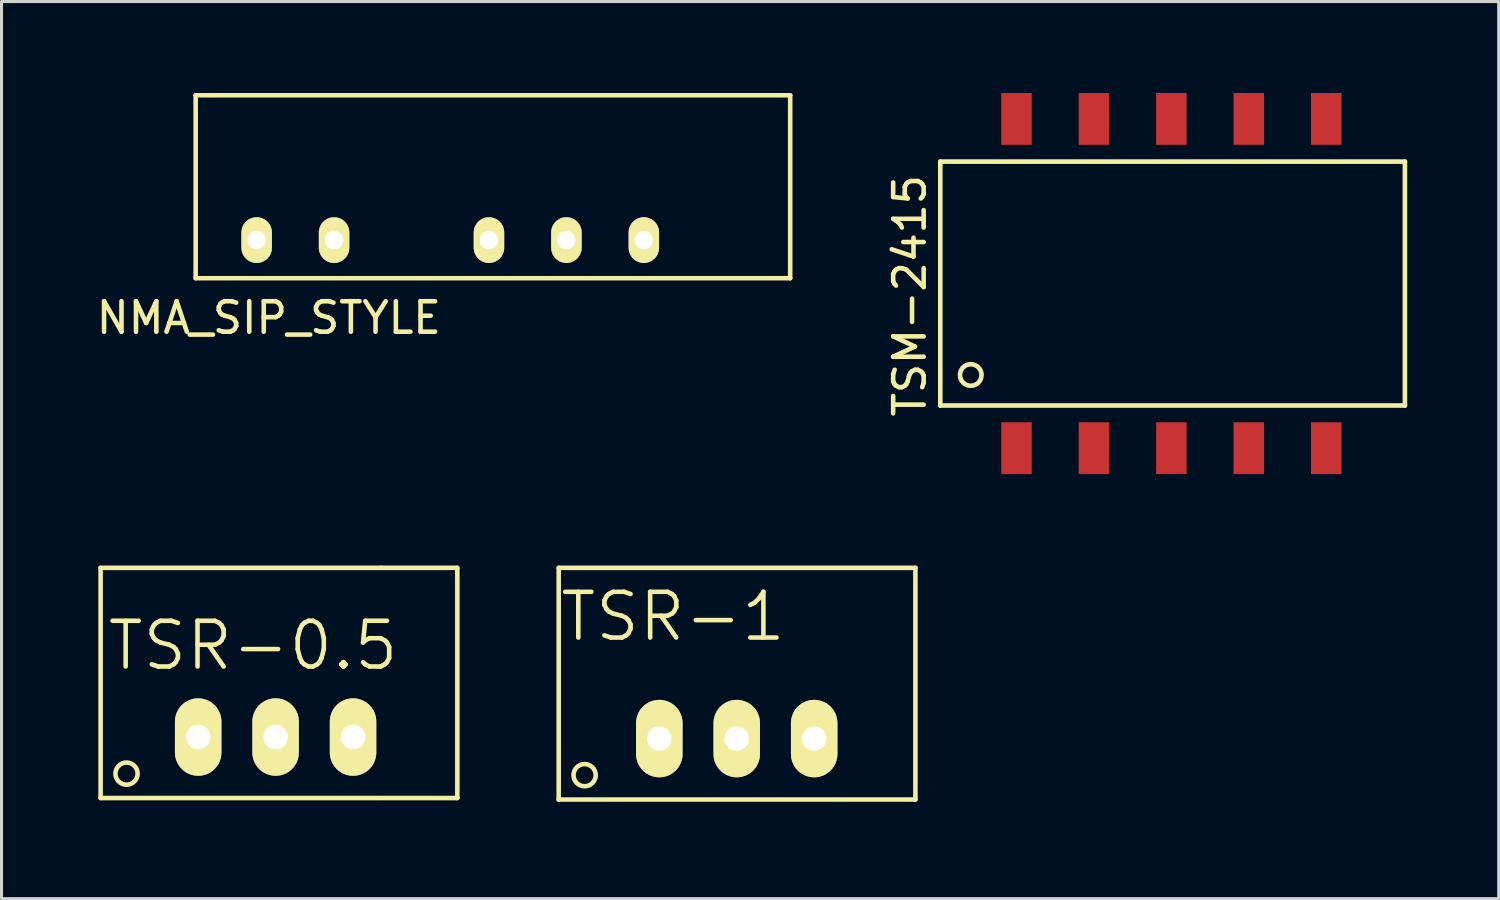
<source format=kicad_pcb>
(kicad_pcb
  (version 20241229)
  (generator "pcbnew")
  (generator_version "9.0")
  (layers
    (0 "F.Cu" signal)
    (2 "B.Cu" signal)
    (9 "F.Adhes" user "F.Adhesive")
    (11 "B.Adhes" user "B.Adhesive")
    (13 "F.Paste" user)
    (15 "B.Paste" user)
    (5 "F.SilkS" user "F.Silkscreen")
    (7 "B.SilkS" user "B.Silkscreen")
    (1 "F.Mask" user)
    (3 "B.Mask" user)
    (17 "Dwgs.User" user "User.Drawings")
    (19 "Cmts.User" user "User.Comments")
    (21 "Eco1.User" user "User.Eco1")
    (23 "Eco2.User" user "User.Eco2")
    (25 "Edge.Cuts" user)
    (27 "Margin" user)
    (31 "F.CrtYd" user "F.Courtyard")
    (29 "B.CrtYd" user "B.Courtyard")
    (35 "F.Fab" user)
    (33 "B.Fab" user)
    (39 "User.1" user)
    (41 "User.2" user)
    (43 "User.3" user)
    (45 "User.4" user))
  (footprint "NMA_SIP_STYLE"
    (layer "F.Cu")
    (at 3.368 6.075)
    (property "Reference" "NMA_SIP_STYLE" (at 2.4 1.3 0) (layer "F.SilkS") (effects (font (size 1 1) (thickness 0.15))))
    (attr through_hole)
    (fp_line (start 0 -6) (end 0 0) (stroke (width 0.15) (type solid)) (layer "F.SilkS"))
    (fp_line (start 0 0) (end 19.5 0) (stroke (width 0.15) (type solid)) (layer "F.SilkS"))
    (fp_line (start 19.5 -6) (end 0 -6) (stroke (width 0.15) (type solid)) (layer "F.SilkS"))
    (fp_line (start 19.5 0) (end 19.5 -6) (stroke (width 0.15) (type solid)) (layer "F.SilkS"))
    (pad "1" thru_hole oval (at 2 -1.25) (size 1 1.5) (drill 0.6) (layers "*.Cu" "*.Mask" "F.SilkS"))
    (pad "2" thru_hole oval (at 4.54 -1.25) (size 1 1.5) (drill 0.6) (layers "*.Cu" "*.Mask" "F.SilkS"))
    (pad "4" thru_hole oval (at 9.62 -1.25) (size 1 1.5) (drill 0.6) (layers "*.Cu" "*.Mask" "F.SilkS"))
    (pad "5" thru_hole oval (at 12.16 -1.25) (size 1 1.5) (drill 0.6) (layers "*.Cu" "*.Mask" "F.SilkS"))
    (pad "6" thru_hole oval (at 14.7 -1.25) (size 1 1.5) (drill 0.6) (layers "*.Cu" "*.Mask" "F.SilkS")))
  (footprint "TSR-1"
    (layer "F.Cu")
    (at 15.275 23.175)
    (property "Reference" "TSR-1" (at 3.75 -6 0) (layer "F.SilkS") (effects (font (size 1.5 1.5) (thickness 0.15))))
    (attr through_hole)
    (fp_line (start 0 -7.6) (end 0 0) (stroke (width 0.15) (type solid)) (layer "F.SilkS"))
    (fp_line (start 0 0) (end 9.2 0) (stroke (width 0.15) (type solid)) (layer "F.SilkS"))
    (fp_line (start 11.7 -7.6) (end 0 -7.6) (stroke (width 0.15) (type solid)) (layer "F.SilkS"))
    (fp_line (start 11.7 0) (end 9.25 0) (stroke (width 0.15) (type solid)) (layer "F.SilkS"))
    (fp_line (start 11.7 0) (end 11.7 -7.6) (stroke (width 0.15) (type solid)) (layer "F.SilkS"))
    (fp_circle (center 0.85 -0.8) (end 0.75 -1.15) (stroke (width 0.15) (type solid)) (fill no) (layer "F.SilkS"))
    (pad "1" thru_hole oval (at 3.3 -2) (size 1.524 2.54) (drill 0.8) (layers "*.Cu" "*.Mask" "F.SilkS"))
    (pad "2" thru_hole oval (at 5.84 -2) (size 1.524 2.54) (drill 0.8) (layers "*.Cu" "*.Mask" "F.SilkS"))
    (pad "3" thru_hole oval (at 8.38 -2) (size 1.524 2.54) (drill 0.8) (layers "*.Cu" "*.Mask" "F.SilkS")))
  (footprint "TSR-0.5"
    (layer "F.Cu")
    (at 0.25 23.125)
    (property "Reference" "TSR-0.5" (at 5 -5 0) (layer "F.SilkS") (effects (font (size 1.5 1.5) (thickness 0.15))))
    (attr through_hole)
    (fp_line (start 0 -7.55) (end 0 0) (stroke (width 0.15) (type solid)) (layer "F.SilkS"))
    (fp_line (start 0 0) (end 9.2 0) (stroke (width 0.15) (type solid)) (layer "F.SilkS"))
    (fp_line (start 9.2 -7.55) (end 0 -7.55) (stroke (width 0.15) (type solid)) (layer "F.SilkS"))
    (fp_line (start 9.2 -7.55) (end 11.7 -7.55) (stroke (width 0.15) (type solid)) (layer "F.SilkS"))
    (fp_line (start 11.7 0) (end 9.25 0) (stroke (width 0.15) (type solid)) (layer "F.SilkS"))
    (fp_line (start 11.7 0) (end 11.7 -7.55) (stroke (width 0.15) (type solid)) (layer "F.SilkS"))
    (fp_circle (center 0.85 -0.8) (end 0.75 -1.15) (stroke (width 0.15) (type solid)) (fill no) (layer "F.SilkS"))
    (pad "1" thru_hole oval (at 3.2 -2) (size 1.524 2.54) (drill 0.8) (layers "*.Cu" "*.Mask" "F.SilkS"))
    (pad "2" thru_hole oval (at 5.74 -2) (size 1.524 2.54) (drill 0.8) (layers "*.Cu" "*.Mask" "F.SilkS"))
    (pad "3" thru_hole oval (at 8.28 -2) (size 1.524 2.54) (drill 0.8) (layers "*.Cu" "*.Mask" "F.SilkS")))
  (footprint "TSM-2415"
    (layer "F.Cu")
    (at 27.791 6.25)
    (property "Reference" "TSM-2415" (at -1 0.4 90) (layer "F.SilkS") (effects (font (size 1 1) (thickness 0.15))))
    (attr through_hole)
    (fp_line (start 0 -4) (end 15.24 -4) (stroke (width 0.152) (type solid)) (layer "F.SilkS"))
    (fp_line (start 0 4) (end 0 -4) (stroke (width 0.152) (type solid)) (layer "F.SilkS"))
    (fp_line (start 0 4) (end 15.24 4) (stroke (width 0.152) (type solid)) (layer "F.SilkS"))
    (fp_line (start 15.24 -4) (end 15.24 4) (stroke (width 0.152) (type solid)) (layer "F.SilkS"))
    (fp_circle (center 1 3) (end 1.25 3.25) (stroke (width 0.152) (type solid)) (fill no) (layer "F.SilkS"))
    (pad "1" smd rect (at 2.5 5.4) (size 1 1.7) (layers "F.Cu" "F.Mask" "F.Paste"))
    (pad "2" smd rect (at 5.04 5.4) (size 1 1.7) (layers "F.Cu" "F.Mask" "F.Paste"))
    (pad "3" smd rect (at 7.58 5.4) (size 1 1.7) (layers "F.Cu" "F.Mask" "F.Paste"))
    (pad "4" smd rect (at 10.12 5.4) (size 1 1.7) (layers "F.Cu" "F.Mask" "F.Paste"))
    (pad "5" smd rect (at 12.66 5.4) (size 1 1.7) (layers "F.Cu" "F.Mask" "F.Paste"))
    (pad "6" smd rect (at 2.5 -5.4) (size 1 1.7) (layers "F.Cu" "F.Mask" "F.Paste"))
    (pad "7" smd rect (at 5.04 -5.4) (size 1 1.7) (layers "F.Cu" "F.Mask" "F.Paste"))
    (pad "8" smd rect (at 7.58 -5.4) (size 1 1.7) (layers "F.Cu" "F.Mask" "F.Paste"))
    (pad "9" smd rect (at 10.12 -5.4) (size 1 1.7) (layers "F.Cu" "F.Mask" "F.Paste"))
    (pad "10" smd rect (at 12.66 -5.4) (size 1 1.7) (layers "F.Cu" "F.Mask" "F.Paste")))
  (gr_rect
    (start -3 -3)
    (end 46.107 26.425)
    (stroke (width 0.1) (type default))
    (fill no)
    (layer "Edge.Cuts")))
</source>
